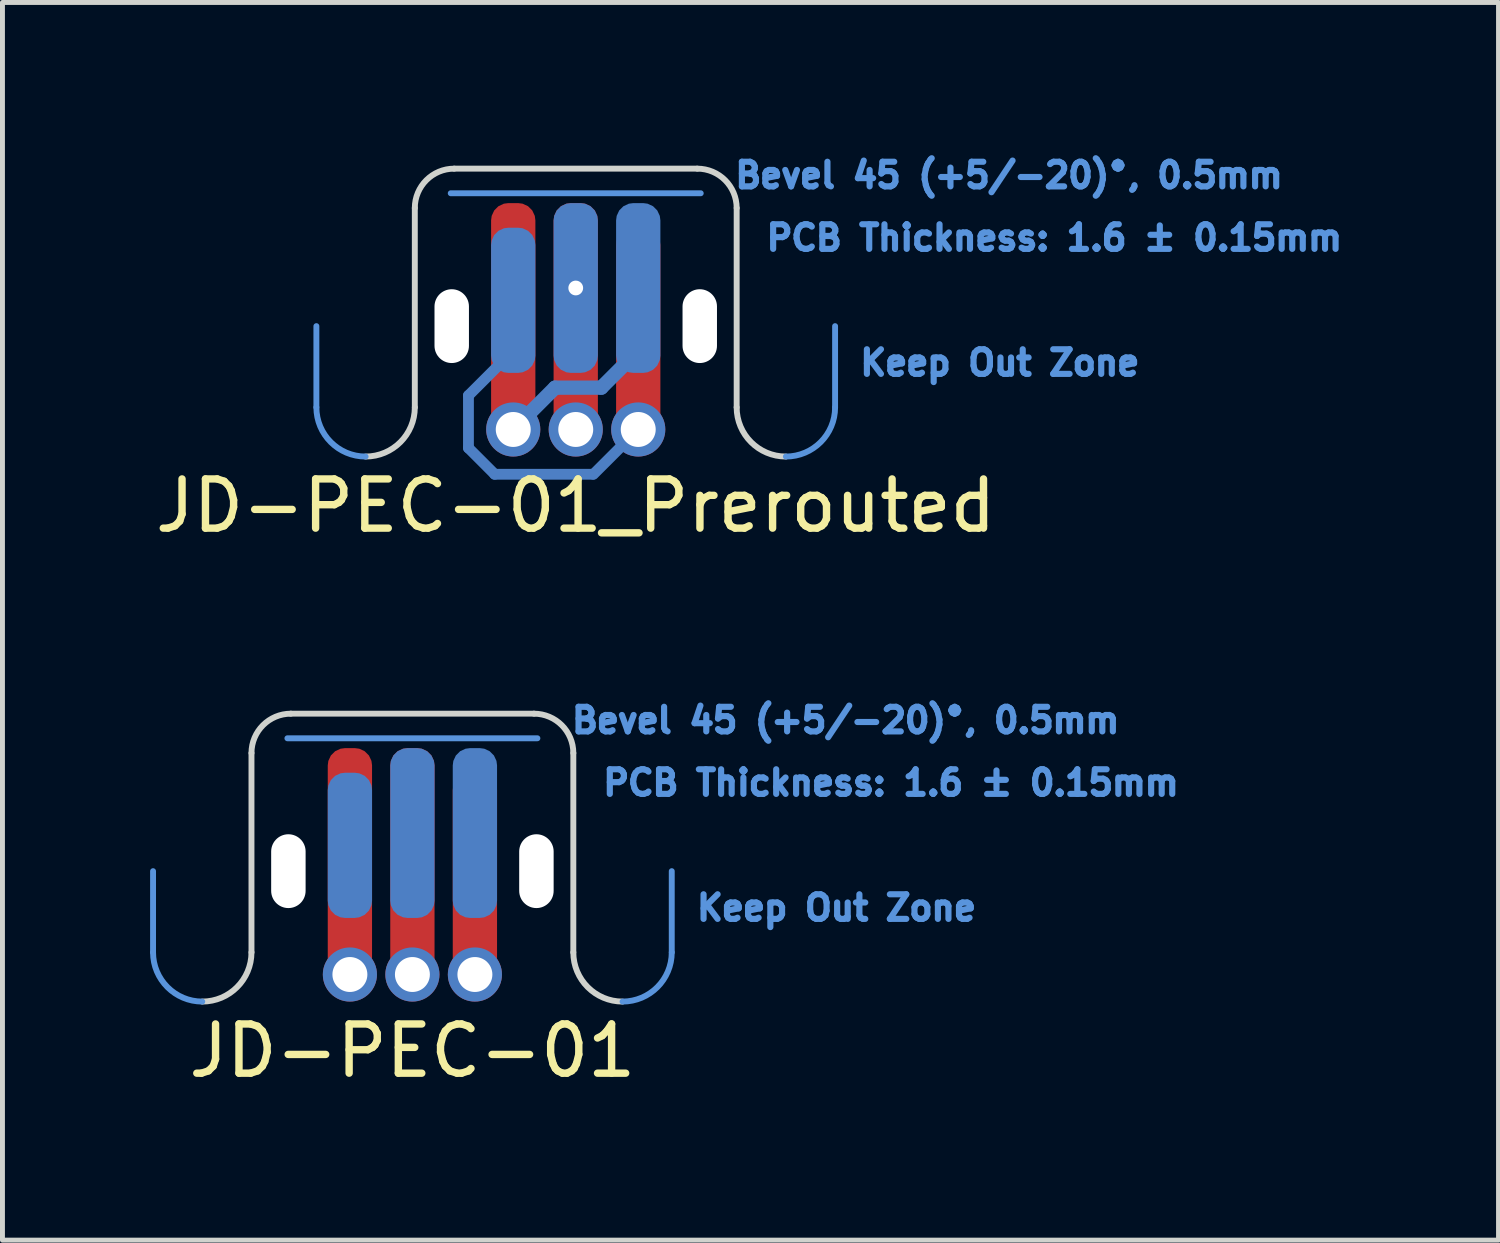
<source format=kicad_pcb>
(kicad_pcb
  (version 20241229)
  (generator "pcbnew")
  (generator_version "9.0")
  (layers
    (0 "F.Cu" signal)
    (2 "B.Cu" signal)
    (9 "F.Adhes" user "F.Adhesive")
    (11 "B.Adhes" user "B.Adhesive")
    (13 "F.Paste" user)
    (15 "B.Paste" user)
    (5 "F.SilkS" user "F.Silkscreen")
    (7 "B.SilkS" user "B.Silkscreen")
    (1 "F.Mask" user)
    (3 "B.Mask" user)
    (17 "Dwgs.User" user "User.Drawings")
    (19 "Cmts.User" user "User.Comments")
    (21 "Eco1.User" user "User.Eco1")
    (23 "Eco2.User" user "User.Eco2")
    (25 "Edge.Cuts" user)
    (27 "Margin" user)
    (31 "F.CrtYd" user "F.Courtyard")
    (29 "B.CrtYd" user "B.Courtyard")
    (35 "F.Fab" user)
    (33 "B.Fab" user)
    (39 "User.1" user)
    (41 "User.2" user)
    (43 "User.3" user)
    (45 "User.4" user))
  (footprint "JD-PEC-01_Prerouted"
    (layer "F.Cu")
    (at 8.649 6.227)
    (property "Reference" "JD-PEC-01_Prerouted" (at 0 1 0) (layer "F.SilkS") (effects (font (size 1 1) (thickness 0.15))))
    (attr through_hole)
    (fp_line (start -5.27 -1) (end -5.27 -2.65) (stroke (width 0.12) (type solid)) (layer "Cmts.User"))
    (fp_line (start -2.54 -5.35) (end 2.54 -5.35) (stroke (width 0.12) (type solid)) (layer "Cmts.User"))
    (fp_line (start 5.27 -1) (end 5.27 -2.65) (stroke (width 0.12) (type solid)) (layer "Cmts.User"))
    (fp_arc (start -4.27 0) (mid -4.977107 -0.292893) (end -5.27 -1) (stroke (width 0.12) (type solid)) (layer "Cmts.User"))
    (fp_arc (start 5.27 -1) (mid 4.977107 -0.292893) (end 4.27 0) (stroke (width 0.12) (type solid)) (layer "Cmts.User"))
    (fp_line (start -3.27 -5.05) (end -3.27 -1) (stroke (width 0.12) (type solid)) (layer "Edge.Cuts"))
    (fp_line (start -2.47 -5.85) (end 2.47 -5.85) (stroke (width 0.12) (type solid)) (layer "Edge.Cuts"))
    (fp_line (start 3.27 -5.05) (end 3.27 -1) (stroke (width 0.12) (type solid)) (layer "Edge.Cuts"))
    (fp_arc (start -3.27 -5.05) (mid -3.035685 -5.615685) (end -2.47 -5.85) (stroke (width 0.12) (type solid)) (layer "Edge.Cuts"))
    (fp_arc (start -3.27 -1) (mid -3.562893 -0.292893) (end -4.27 0) (stroke (width 0.12) (type solid)) (layer "Edge.Cuts"))
    (fp_arc (start 2.47 -5.85) (mid 3.035685 -5.615685) (end 3.27 -5.05) (stroke (width 0.12) (type solid)) (layer "Edge.Cuts"))
    (fp_arc (start 4.27 0) (mid 3.562893 -0.292893) (end 3.27 -1) (stroke (width 0.12) (type solid)) (layer "Edge.Cuts"))
    (fp_text user "Keep Out Zone" (at 5.715 -1.905 0) (layer "Cmts.User") (effects (font (size 0.5 0.5) (thickness 0.125)) (justify left)))
    (fp_text user "PCB Thickness: 1.6 ± 0.15mm" (at 3.81 -4.445 0) (layer "Cmts.User") (effects (font (size 0.5 0.5) (thickness 0.125)) (justify left)))
    (fp_text user "Bevel 45 (+5/-20)°, 0.5mm" (at 3.175 -5.715 0) (layer "Cmts.User") (effects (font (size 0.5 0.5) (thickness 0.125)) (justify left)))
    (pad "" np_thru_hole oval (at -2.52 -2.65) (size 0.7 1.5) (drill oval 0.7 1.5) (layers "*.Cu" "*.Mask"))
    (pad "" np_thru_hole oval (at 2.52 -2.65) (size 0.7 1.5) (drill oval 0.7 1.5) (layers "*.Cu" "*.Mask"))
    (pad "1" smd oval (at -2.18 -0.707 90) (size 1.287 0.22) (layers "B.Cu"))
    (pad "1" smd oval (at -1.913 0.093 315) (size 0.974 0.22) (layers "B.Cu"))
    (pad "1" smd oval (at -1.725 -1.695 45) (size 1.507 0.22) (layers "B.Cu"))
    (pad "1" smd roundrect (at -1.27 -3.175) (size 0.9 2.95) (layers "B.Cu" "B.Mask") (roundrect_rratio 0.389))
    (pad "1" smd oval (at -0.651 0.36) (size 2.212 0.22) (layers "B.Cu"))
    (pad "1" smd oval (at 0.815 -0.095 45) (size 1.507 0.22) (layers "B.Cu"))
    (pad "1" smd roundrect (at 1.27 -2.375) (size 0.9 4.55) (layers "F.Cu" "F.Mask") (roundrect_rratio 0.389))
    (pad "1" thru_hole circle (at 1.27 -0.55) (size 1.1 1.1) (drill 0.71) (layers "*.Cu" "*.Mask"))
    (pad "2" thru_hole circle (at 0 -3.425) (size 0.6 0.6) (drill 0.3) (layers "*.Cu" "*.Mask"))
    (pad "2" smd roundrect (at 0 -3.425) (size 0.9 3.45) (layers "B.Cu" "B.Mask") (roundrect_rratio 0.389))
    (pad "2" smd roundrect (at 0 -2.625) (size 0.9 5.05) (layers "F.Cu" "F.Mask") (roundrect_rratio 0.389))
    (pad "2" thru_hole circle (at 0 -0.55) (size 1.1 1.1) (drill 0.71) (layers "*.Cu" "*.Mask"))
    (pad "3" smd roundrect (at -1.27 -2.625) (size 0.9 5.05) (layers "F.Cu" "F.Mask") (roundrect_rratio 0.389))
    (pad "3" thru_hole circle (at -1.27 -0.55) (size 1.1 1.1) (drill 0.71) (layers "*.Cu" "*.Mask"))
    (pad "3" smd oval (at -0.845 -0.975 45) (size 1.492 0.29) (layers "B.Cu"))
    (pad "3" smd oval (at 0.05 -1.4) (size 1.23 0.29) (layers "B.Cu"))
    (pad "3" smd oval (at 0.895 -1.775 45) (size 1.351 0.29) (layers "B.Cu"))
    (pad "3" smd roundrect (at 1.27 -3.425) (size 0.9 3.45) (layers "B.Cu" "B.Mask") (roundrect_rratio 0.389)))
  (footprint "JD-PEC-01"
    (layer "F.Cu")
    (at 5.33 17.302)
    (property "Reference" "JD-PEC-01" (at 0 1 0) (layer "F.SilkS") (effects (font (size 1 1) (thickness 0.15))))
    (attr through_hole)
    (fp_line (start -5.27 -1) (end -5.27 -2.65) (stroke (width 0.12) (type solid)) (layer "Cmts.User"))
    (fp_line (start -2.54 -5.35) (end 2.54 -5.35) (stroke (width 0.12) (type solid)) (layer "Cmts.User"))
    (fp_line (start 5.27 -1) (end 5.27 -2.65) (stroke (width 0.12) (type solid)) (layer "Cmts.User"))
    (fp_arc (start -4.27 0) (mid -4.977107 -0.292893) (end -5.27 -1) (stroke (width 0.12) (type solid)) (layer "Cmts.User"))
    (fp_arc (start 5.27 -1) (mid 4.977107 -0.292893) (end 4.27 0) (stroke (width 0.12) (type solid)) (layer "Cmts.User"))
    (fp_line (start -3.27 -5.05) (end -3.27 -1) (stroke (width 0.12) (type solid)) (layer "Edge.Cuts"))
    (fp_line (start -2.47 -5.85) (end 2.47 -5.85) (stroke (width 0.12) (type solid)) (layer "Edge.Cuts"))
    (fp_line (start 3.27 -5.05) (end 3.27 -1) (stroke (width 0.12) (type solid)) (layer "Edge.Cuts"))
    (fp_arc (start -3.27 -5.05) (mid -3.035685 -5.615685) (end -2.47 -5.85) (stroke (width 0.12) (type solid)) (layer "Edge.Cuts"))
    (fp_arc (start -3.27 -1) (mid -3.562893 -0.292893) (end -4.27 0) (stroke (width 0.12) (type solid)) (layer "Edge.Cuts"))
    (fp_arc (start 2.47 -5.85) (mid 3.035685 -5.615685) (end 3.27 -5.05) (stroke (width 0.12) (type solid)) (layer "Edge.Cuts"))
    (fp_arc (start 4.27 0) (mid 3.562893 -0.292893) (end 3.27 -1) (stroke (width 0.12) (type solid)) (layer "Edge.Cuts"))
    (fp_text user "Keep Out Zone" (at 5.715 -1.905 0) (layer "Cmts.User") (effects (font (size 0.5 0.5) (thickness 0.125)) (justify left)))
    (fp_text user "PCB Thickness: 1.6 ± 0.15mm" (at 3.81 -4.445 0) (layer "Cmts.User") (effects (font (size 0.5 0.5) (thickness 0.125)) (justify left)))
    (fp_text user "Bevel 45 (+5/-20)°, 0.5mm" (at 3.175 -5.715 0) (layer "Cmts.User") (effects (font (size 0.5 0.5) (thickness 0.125)) (justify left)))
    (pad "" np_thru_hole oval (at -2.52 -2.65) (size 0.7 1.5) (drill oval 0.7 1.5) (layers "*.Cu" "*.Mask"))
    (pad "" np_thru_hole oval (at 2.52 -2.65) (size 0.7 1.5) (drill oval 0.7 1.5) (layers "*.Cu" "*.Mask"))
    (pad "1" smd roundrect (at -1.27 -3.175) (size 0.9 2.95) (layers "B.Cu" "B.Mask") (roundrect_rratio 0.389))
    (pad "1" smd roundrect (at 1.27 -2.375) (size 0.9 4.55) (layers "F.Cu" "F.Mask") (roundrect_rratio 0.389))
    (pad "1" thru_hole circle (at 1.27 -0.55) (size 1.1 1.1) (drill 0.71) (layers "*.Cu" "*.Mask"))
    (pad "2" smd roundrect (at 0 -3.425) (size 0.9 3.45) (layers "B.Cu" "B.Mask") (roundrect_rratio 0.389))
    (pad "2" smd roundrect (at 0 -2.625) (size 0.9 5.05) (layers "F.Cu" "F.Mask") (roundrect_rratio 0.389))
    (pad "2" thru_hole circle (at 0 -0.55) (size 1.1 1.1) (drill 0.71) (layers "*.Cu" "*.Mask"))
    (pad "3" smd roundrect (at -1.27 -2.625) (size 0.9 5.05) (layers "F.Cu" "F.Mask") (roundrect_rratio 0.389))
    (pad "3" thru_hole circle (at -1.27 -0.55) (size 1.1 1.1) (drill 0.71) (layers "*.Cu" "*.Mask"))
    (pad "3" smd roundrect (at 1.27 -3.425) (size 0.9 3.45) (layers "B.Cu" "B.Mask") (roundrect_rratio 0.389)))
  (gr_rect
    (start -3 -3)
    (end 27.4 22.15)
    (stroke (width 0.1) (type default))
    (fill no)
    (layer "Edge.Cuts")))
</source>
